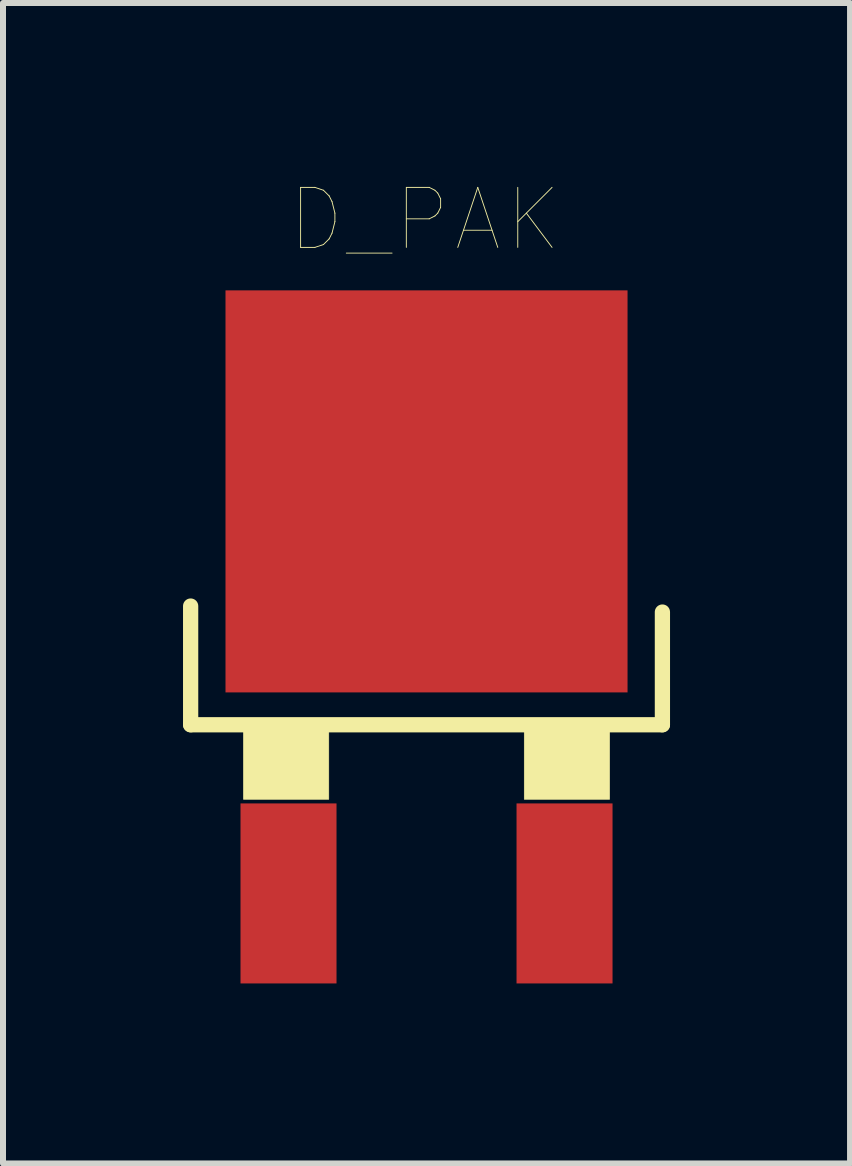
<source format=kicad_pcb>
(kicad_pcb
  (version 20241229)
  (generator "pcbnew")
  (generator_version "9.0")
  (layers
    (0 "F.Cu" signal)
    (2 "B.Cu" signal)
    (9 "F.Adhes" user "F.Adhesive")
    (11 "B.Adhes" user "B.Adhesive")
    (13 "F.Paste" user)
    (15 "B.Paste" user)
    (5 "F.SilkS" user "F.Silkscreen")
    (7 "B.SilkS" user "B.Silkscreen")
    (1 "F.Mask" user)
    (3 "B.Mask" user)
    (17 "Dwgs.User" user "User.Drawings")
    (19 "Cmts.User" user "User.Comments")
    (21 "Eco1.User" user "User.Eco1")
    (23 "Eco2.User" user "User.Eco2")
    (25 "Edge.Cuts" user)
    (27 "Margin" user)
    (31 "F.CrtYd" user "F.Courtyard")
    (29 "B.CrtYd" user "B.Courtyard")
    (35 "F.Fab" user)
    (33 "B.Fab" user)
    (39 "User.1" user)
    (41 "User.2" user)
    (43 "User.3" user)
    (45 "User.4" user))
  (footprint "D_PAK"
    (layer "F.Cu")
    (at 4.058 8.539)
    (property "Reference" "D_PAK" (at -0.027 -7.928 0) (layer "F.SilkS") (effects (font (size 1 1) (thickness 0.015))))
    (attr through_hole)
    (fp_line (start -3.931 0.489) (end -3.931 -1.489) (stroke (width 0.254) (type solid)) (layer "F.SilkS"))
    (fp_line (start -3.931 0.489) (end 3.931 0.489) (stroke (width 0.254) (type solid)) (layer "F.SilkS"))
    (fp_line (start 3.931 0.489) (end 3.931 -1.389) (stroke (width 0.254) (type solid)) (layer "F.SilkS"))
    (fp_poly (pts (xy -3.051 0.542) (xy -1.629 0.542) (xy -1.629 1.731) (xy -3.051 1.731)) (stroke (width 0.01) (type solid)) (fill yes) (layer "F.SilkS"))
    (fp_poly (pts (xy 1.629 0.542) (xy 3.051 0.542) (xy 3.051 1.731) (xy 1.629 1.731)) (stroke (width 0.01) (type solid)) (fill yes) (layer "F.SilkS"))
    (pad "1" smd rect (at -2.3 3.3) (size 1.6 3) (layers "F.Cu" "F.Mask" "F.Paste"))
    (pad "2" smd rect (at 0 -3.4) (size 6.7 6.7) (layers "F.Cu" "F.Mask" "F.Paste"))
    (pad "3" smd rect (at 2.3 3.3) (size 1.6 3) (layers "F.Cu" "F.Mask" "F.Paste")))
  (gr_rect
    (start -3 -3)
    (end 11.116 16.339)
    (stroke (width 0.1) (type default))
    (fill no)
    (layer "Edge.Cuts")))
</source>
